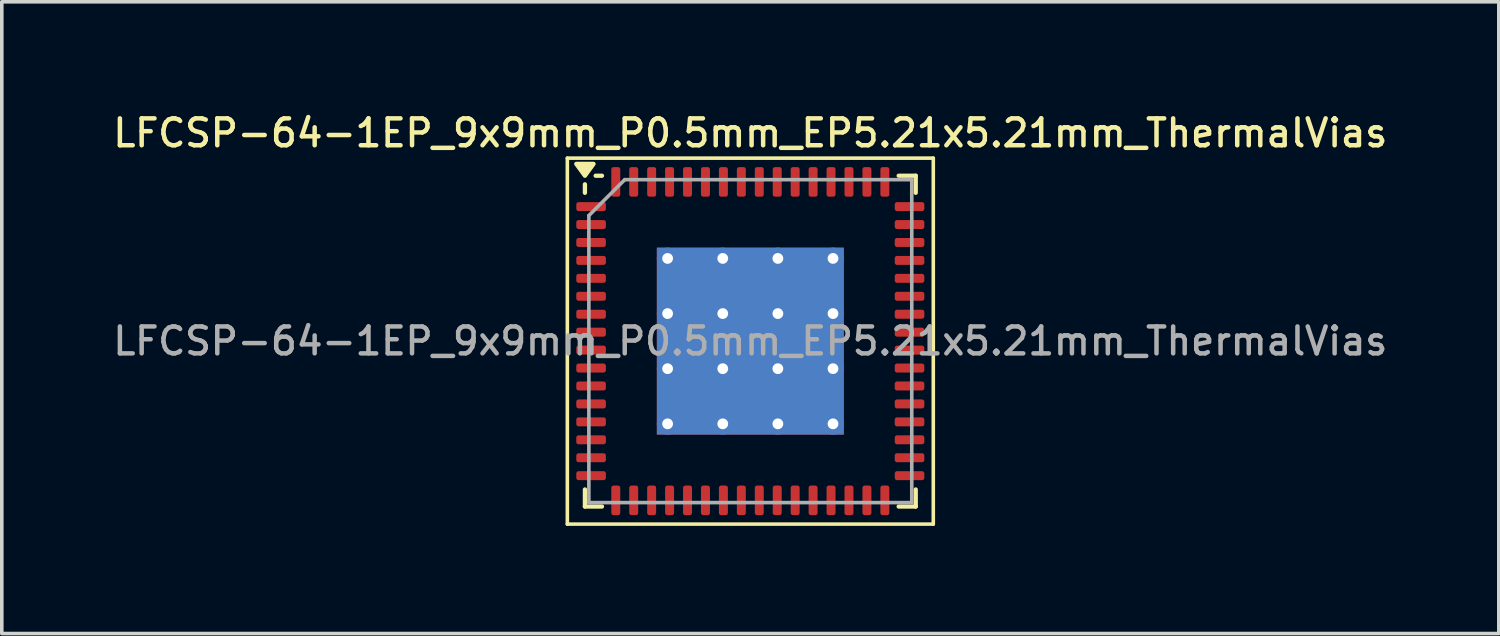
<source format=kicad_pcb>
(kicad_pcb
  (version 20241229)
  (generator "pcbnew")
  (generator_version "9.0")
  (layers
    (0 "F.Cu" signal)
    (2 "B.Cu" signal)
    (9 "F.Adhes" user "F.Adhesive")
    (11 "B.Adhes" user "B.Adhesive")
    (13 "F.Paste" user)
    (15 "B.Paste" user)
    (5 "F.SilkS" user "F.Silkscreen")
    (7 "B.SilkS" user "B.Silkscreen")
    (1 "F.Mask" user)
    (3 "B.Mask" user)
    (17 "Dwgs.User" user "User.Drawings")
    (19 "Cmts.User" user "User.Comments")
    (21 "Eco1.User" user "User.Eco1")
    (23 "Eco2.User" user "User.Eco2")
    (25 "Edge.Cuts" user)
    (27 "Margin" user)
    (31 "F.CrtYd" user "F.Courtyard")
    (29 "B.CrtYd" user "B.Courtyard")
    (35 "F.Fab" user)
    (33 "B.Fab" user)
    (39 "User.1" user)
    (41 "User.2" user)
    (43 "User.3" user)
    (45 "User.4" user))
  (footprint "LFCSP-64-1EP_9x9mm_P0.5mm_EP5.21x5.21mm_ThermalVias"
    (layer "F.Cu")
    (at 17.863 6.458)
    (property "Reference" "LFCSP-64-1EP_9x9mm_P0.5mm_EP5.21x5.21mm_ThermalVias" (at 0 -5.8 0) (layer "F.SilkS") (effects (font (size 0.75 0.75) (thickness 0.125))))
    (attr smd)
    (fp_line (start -5.1 -5.1) (end -5.1 5.1) (stroke (width 0.1) (type solid)) (layer "F.SilkS"))
    (fp_line (start -5.1 5.1) (end 5.1 5.1) (stroke (width 0.1) (type solid)) (layer "F.SilkS"))
    (fp_line (start -4.61 -4.135) (end -4.61 -4.37) (stroke (width 0.12) (type solid)) (layer "F.SilkS"))
    (fp_line (start -4.61 4.61) (end -4.61 4.135) (stroke (width 0.12) (type solid)) (layer "F.SilkS"))
    (fp_line (start -4.135 -4.61) (end -4.31 -4.61) (stroke (width 0.12) (type solid)) (layer "F.SilkS"))
    (fp_line (start -4.135 4.61) (end -4.61 4.61) (stroke (width 0.12) (type solid)) (layer "F.SilkS"))
    (fp_line (start 4.135 -4.61) (end 4.61 -4.61) (stroke (width 0.12) (type solid)) (layer "F.SilkS"))
    (fp_line (start 4.135 4.61) (end 4.61 4.61) (stroke (width 0.12) (type solid)) (layer "F.SilkS"))
    (fp_line (start 4.61 -4.61) (end 4.61 -4.135) (stroke (width 0.12) (type solid)) (layer "F.SilkS"))
    (fp_line (start 4.61 4.61) (end 4.61 4.135) (stroke (width 0.12) (type solid)) (layer "F.SilkS"))
    (fp_line (start 5.1 -5.1) (end -5.1 -5.1) (stroke (width 0.1) (type solid)) (layer "F.SilkS"))
    (fp_line (start 5.1 5.1) (end 5.1 -5.1) (stroke (width 0.1) (type solid)) (layer "F.SilkS"))
    (fp_poly (pts (xy -4.61 -4.61) (xy -4.85 -4.94) (xy -4.37 -4.94) (xy -4.61 -4.61)) (stroke (width 0.12) (type solid)) (fill yes) (layer "F.SilkS"))
    (fp_line (start -4.5 -3.5) (end -3.5 -4.5) (stroke (width 0.1) (type solid)) (layer "F.Fab"))
    (fp_line (start -4.5 4.5) (end -4.5 -3.5) (stroke (width 0.1) (type solid)) (layer "F.Fab"))
    (fp_line (start -3.5 -4.5) (end 4.5 -4.5) (stroke (width 0.1) (type solid)) (layer "F.Fab"))
    (fp_line (start 4.5 -4.5) (end 4.5 4.5) (stroke (width 0.1) (type solid)) (layer "F.Fab"))
    (fp_line (start 4.5 4.5) (end -4.5 4.5) (stroke (width 0.1) (type solid)) (layer "F.Fab"))
    (fp_text user "${REFERENCE}" (at 0 0 0) (layer "F.Fab") (effects (font (size 0.75 0.75) (thickness 0.125))))
    (pad "" smd roundrect (at -1.3 -1.3) (size 2.26 2.26) (layers "F.Paste") (roundrect_rratio 0.111))
    (pad "" smd roundrect (at -1.3 1.3) (size 2.26 2.26) (layers "F.Paste") (roundrect_rratio 0.111))
    (pad "" smd roundrect (at 1.3 -1.3) (size 2.26 2.26) (layers "F.Paste") (roundrect_rratio 0.111))
    (pad "" smd roundrect (at 1.3 1.3) (size 2.26 2.26) (layers "F.Paste") (roundrect_rratio 0.111))
    (pad "1" smd roundrect (at -4.438 -3.75) (size 0.825 0.25) (layers "F.Cu" "F.Mask" "F.Paste") (roundrect_rratio 0.25))
    (pad "2" smd roundrect (at -4.438 -3.25) (size 0.825 0.25) (layers "F.Cu" "F.Mask" "F.Paste") (roundrect_rratio 0.25))
    (pad "3" smd roundrect (at -4.438 -2.75) (size 0.825 0.25) (layers "F.Cu" "F.Mask" "F.Paste") (roundrect_rratio 0.25))
    (pad "4" smd roundrect (at -4.438 -2.25) (size 0.825 0.25) (layers "F.Cu" "F.Mask" "F.Paste") (roundrect_rratio 0.25))
    (pad "5" smd roundrect (at -4.438 -1.75) (size 0.825 0.25) (layers "F.Cu" "F.Mask" "F.Paste") (roundrect_rratio 0.25))
    (pad "6" smd roundrect (at -4.438 -1.25) (size 0.825 0.25) (layers "F.Cu" "F.Mask" "F.Paste") (roundrect_rratio 0.25))
    (pad "7" smd roundrect (at -4.438 -0.75) (size 0.825 0.25) (layers "F.Cu" "F.Mask" "F.Paste") (roundrect_rratio 0.25))
    (pad "8" smd roundrect (at -4.438 -0.25) (size 0.825 0.25) (layers "F.Cu" "F.Mask" "F.Paste") (roundrect_rratio 0.25))
    (pad "9" smd roundrect (at -4.438 0.25) (size 0.825 0.25) (layers "F.Cu" "F.Mask" "F.Paste") (roundrect_rratio 0.25))
    (pad "10" smd roundrect (at -4.438 0.75) (size 0.825 0.25) (layers "F.Cu" "F.Mask" "F.Paste") (roundrect_rratio 0.25))
    (pad "11" smd roundrect (at -4.438 1.25) (size 0.825 0.25) (layers "F.Cu" "F.Mask" "F.Paste") (roundrect_rratio 0.25))
    (pad "12" smd roundrect (at -4.438 1.75) (size 0.825 0.25) (layers "F.Cu" "F.Mask" "F.Paste") (roundrect_rratio 0.25))
    (pad "13" smd roundrect (at -4.438 2.25) (size 0.825 0.25) (layers "F.Cu" "F.Mask" "F.Paste") (roundrect_rratio 0.25))
    (pad "14" smd roundrect (at -4.438 2.75) (size 0.825 0.25) (layers "F.Cu" "F.Mask" "F.Paste") (roundrect_rratio 0.25))
    (pad "15" smd roundrect (at -4.438 3.25) (size 0.825 0.25) (layers "F.Cu" "F.Mask" "F.Paste") (roundrect_rratio 0.25))
    (pad "16" smd roundrect (at -4.438 3.75) (size 0.825 0.25) (layers "F.Cu" "F.Mask" "F.Paste") (roundrect_rratio 0.25))
    (pad "17" smd roundrect (at -3.75 4.438) (size 0.25 0.825) (layers "F.Cu" "F.Mask" "F.Paste") (roundrect_rratio 0.25))
    (pad "18" smd roundrect (at -3.25 4.438) (size 0.25 0.825) (layers "F.Cu" "F.Mask" "F.Paste") (roundrect_rratio 0.25))
    (pad "19" smd roundrect (at -2.75 4.438) (size 0.25 0.825) (layers "F.Cu" "F.Mask" "F.Paste") (roundrect_rratio 0.25))
    (pad "20" smd roundrect (at -2.25 4.438) (size 0.25 0.825) (layers "F.Cu" "F.Mask" "F.Paste") (roundrect_rratio 0.25))
    (pad "21" smd roundrect (at -1.75 4.438) (size 0.25 0.825) (layers "F.Cu" "F.Mask" "F.Paste") (roundrect_rratio 0.25))
    (pad "22" smd roundrect (at -1.25 4.438) (size 0.25 0.825) (layers "F.Cu" "F.Mask" "F.Paste") (roundrect_rratio 0.25))
    (pad "23" smd roundrect (at -0.75 4.438) (size 0.25 0.825) (layers "F.Cu" "F.Mask" "F.Paste") (roundrect_rratio 0.25))
    (pad "24" smd roundrect (at -0.25 4.438) (size 0.25 0.825) (layers "F.Cu" "F.Mask" "F.Paste") (roundrect_rratio 0.25))
    (pad "25" smd roundrect (at 0.25 4.438) (size 0.25 0.825) (layers "F.Cu" "F.Mask" "F.Paste") (roundrect_rratio 0.25))
    (pad "26" smd roundrect (at 0.75 4.438) (size 0.25 0.825) (layers "F.Cu" "F.Mask" "F.Paste") (roundrect_rratio 0.25))
    (pad "27" smd roundrect (at 1.25 4.438) (size 0.25 0.825) (layers "F.Cu" "F.Mask" "F.Paste") (roundrect_rratio 0.25))
    (pad "28" smd roundrect (at 1.75 4.438) (size 0.25 0.825) (layers "F.Cu" "F.Mask" "F.Paste") (roundrect_rratio 0.25))
    (pad "29" smd roundrect (at 2.25 4.438) (size 0.25 0.825) (layers "F.Cu" "F.Mask" "F.Paste") (roundrect_rratio 0.25))
    (pad "30" smd roundrect (at 2.75 4.438) (size 0.25 0.825) (layers "F.Cu" "F.Mask" "F.Paste") (roundrect_rratio 0.25))
    (pad "31" smd roundrect (at 3.25 4.438) (size 0.25 0.825) (layers "F.Cu" "F.Mask" "F.Paste") (roundrect_rratio 0.25))
    (pad "32" smd roundrect (at 3.75 4.438) (size 0.25 0.825) (layers "F.Cu" "F.Mask" "F.Paste") (roundrect_rratio 0.25))
    (pad "33" smd roundrect (at 4.438 3.75) (size 0.825 0.25) (layers "F.Cu" "F.Mask" "F.Paste") (roundrect_rratio 0.25))
    (pad "34" smd roundrect (at 4.438 3.25) (size 0.825 0.25) (layers "F.Cu" "F.Mask" "F.Paste") (roundrect_rratio 0.25))
    (pad "35" smd roundrect (at 4.438 2.75) (size 0.825 0.25) (layers "F.Cu" "F.Mask" "F.Paste") (roundrect_rratio 0.25))
    (pad "36" smd roundrect (at 4.438 2.25) (size 0.825 0.25) (layers "F.Cu" "F.Mask" "F.Paste") (roundrect_rratio 0.25))
    (pad "37" smd roundrect (at 4.438 1.75) (size 0.825 0.25) (layers "F.Cu" "F.Mask" "F.Paste") (roundrect_rratio 0.25))
    (pad "38" smd roundrect (at 4.438 1.25) (size 0.825 0.25) (layers "F.Cu" "F.Mask" "F.Paste") (roundrect_rratio 0.25))
    (pad "39" smd roundrect (at 4.438 0.75) (size 0.825 0.25) (layers "F.Cu" "F.Mask" "F.Paste") (roundrect_rratio 0.25))
    (pad "40" smd roundrect (at 4.438 0.25) (size 0.825 0.25) (layers "F.Cu" "F.Mask" "F.Paste") (roundrect_rratio 0.25))
    (pad "41" smd roundrect (at 4.438 -0.25) (size 0.825 0.25) (layers "F.Cu" "F.Mask" "F.Paste") (roundrect_rratio 0.25))
    (pad "42" smd roundrect (at 4.438 -0.75) (size 0.825 0.25) (layers "F.Cu" "F.Mask" "F.Paste") (roundrect_rratio 0.25))
    (pad "43" smd roundrect (at 4.438 -1.25) (size 0.825 0.25) (layers "F.Cu" "F.Mask" "F.Paste") (roundrect_rratio 0.25))
    (pad "44" smd roundrect (at 4.438 -1.75) (size 0.825 0.25) (layers "F.Cu" "F.Mask" "F.Paste") (roundrect_rratio 0.25))
    (pad "45" smd roundrect (at 4.438 -2.25) (size 0.825 0.25) (layers "F.Cu" "F.Mask" "F.Paste") (roundrect_rratio 0.25))
    (pad "46" smd roundrect (at 4.438 -2.75) (size 0.825 0.25) (layers "F.Cu" "F.Mask" "F.Paste") (roundrect_rratio 0.25))
    (pad "47" smd roundrect (at 4.438 -3.25) (size 0.825 0.25) (layers "F.Cu" "F.Mask" "F.Paste") (roundrect_rratio 0.25))
    (pad "48" smd roundrect (at 4.438 -3.75) (size 0.825 0.25) (layers "F.Cu" "F.Mask" "F.Paste") (roundrect_rratio 0.25))
    (pad "49" smd roundrect (at 3.75 -4.438) (size 0.25 0.825) (layers "F.Cu" "F.Mask" "F.Paste") (roundrect_rratio 0.25))
    (pad "50" smd roundrect (at 3.25 -4.438) (size 0.25 0.825) (layers "F.Cu" "F.Mask" "F.Paste") (roundrect_rratio 0.25))
    (pad "51" smd roundrect (at 2.75 -4.438) (size 0.25 0.825) (layers "F.Cu" "F.Mask" "F.Paste") (roundrect_rratio 0.25))
    (pad "52" smd roundrect (at 2.25 -4.438) (size 0.25 0.825) (layers "F.Cu" "F.Mask" "F.Paste") (roundrect_rratio 0.25))
    (pad "53" smd roundrect (at 1.75 -4.438) (size 0.25 0.825) (layers "F.Cu" "F.Mask" "F.Paste") (roundrect_rratio 0.25))
    (pad "54" smd roundrect (at 1.25 -4.438) (size 0.25 0.825) (layers "F.Cu" "F.Mask" "F.Paste") (roundrect_rratio 0.25))
    (pad "55" smd roundrect (at 0.75 -4.438) (size 0.25 0.825) (layers "F.Cu" "F.Mask" "F.Paste") (roundrect_rratio 0.25))
    (pad "56" smd roundrect (at 0.25 -4.438) (size 0.25 0.825) (layers "F.Cu" "F.Mask" "F.Paste") (roundrect_rratio 0.25))
    (pad "57" smd roundrect (at -0.25 -4.438) (size 0.25 0.825) (layers "F.Cu" "F.Mask" "F.Paste") (roundrect_rratio 0.25))
    (pad "58" smd roundrect (at -0.75 -4.438) (size 0.25 0.825) (layers "F.Cu" "F.Mask" "F.Paste") (roundrect_rratio 0.25))
    (pad "59" smd roundrect (at -1.25 -4.438) (size 0.25 0.825) (layers "F.Cu" "F.Mask" "F.Paste") (roundrect_rratio 0.25))
    (pad "60" smd roundrect (at -1.75 -4.438) (size 0.25 0.825) (layers "F.Cu" "F.Mask" "F.Paste") (roundrect_rratio 0.25))
    (pad "61" smd roundrect (at -2.25 -4.438) (size 0.25 0.825) (layers "F.Cu" "F.Mask" "F.Paste") (roundrect_rratio 0.25))
    (pad "62" smd roundrect (at -2.75 -4.438) (size 0.25 0.825) (layers "F.Cu" "F.Mask" "F.Paste") (roundrect_rratio 0.25))
    (pad "63" smd roundrect (at -3.25 -4.438) (size 0.25 0.825) (layers "F.Cu" "F.Mask" "F.Paste") (roundrect_rratio 0.25))
    (pad "64" smd roundrect (at -3.75 -4.438) (size 0.25 0.825) (layers "F.Cu" "F.Mask" "F.Paste") (roundrect_rratio 0.25))
    (pad "65" thru_hole circle (at -2.305 -2.305) (size 0.6 0.6) (drill 0.3) (property pad_prop_heatsink) (layers "*.Cu"))
    (pad "65" thru_hole circle (at -2.305 -0.768) (size 0.6 0.6) (drill 0.3) (property pad_prop_heatsink) (layers "*.Cu"))
    (pad "65" thru_hole circle (at -2.305 0.768) (size 0.6 0.6) (drill 0.3) (property pad_prop_heatsink) (layers "*.Cu"))
    (pad "65" thru_hole circle (at -2.305 2.305) (size 0.6 0.6) (drill 0.3) (property pad_prop_heatsink) (layers "*.Cu"))
    (pad "65" thru_hole circle (at -0.768 -2.305) (size 0.6 0.6) (drill 0.3) (property pad_prop_heatsink) (layers "*.Cu"))
    (pad "65" thru_hole circle (at -0.768 -0.768) (size 0.6 0.6) (drill 0.3) (property pad_prop_heatsink) (layers "*.Cu"))
    (pad "65" thru_hole circle (at -0.768 0.768) (size 0.6 0.6) (drill 0.3) (property pad_prop_heatsink) (layers "*.Cu"))
    (pad "65" thru_hole circle (at -0.768 2.305) (size 0.6 0.6) (drill 0.3) (property pad_prop_heatsink) (layers "*.Cu"))
    (pad "65" smd rect (at 0 0) (size 5.21 5.21) (property pad_prop_heatsink) (layers "F.Cu" "F.Mask"))
    (pad "65" smd rect (at 0 0) (size 5.21 5.21) (property pad_prop_heatsink) (layers "B.Cu"))
    (pad "65" thru_hole circle (at 0.768 -2.305) (size 0.6 0.6) (drill 0.3) (property pad_prop_heatsink) (layers "*.Cu"))
    (pad "65" thru_hole circle (at 0.768 -0.768) (size 0.6 0.6) (drill 0.3) (property pad_prop_heatsink) (layers "*.Cu"))
    (pad "65" thru_hole circle (at 0.768 0.768) (size 0.6 0.6) (drill 0.3) (property pad_prop_heatsink) (layers "*.Cu"))
    (pad "65" thru_hole circle (at 0.768 2.305) (size 0.6 0.6) (drill 0.3) (property pad_prop_heatsink) (layers "*.Cu"))
    (pad "65" thru_hole circle (at 2.305 -2.305) (size 0.6 0.6) (drill 0.3) (property pad_prop_heatsink) (layers "*.Cu"))
    (pad "65" thru_hole circle (at 2.305 -0.768) (size 0.6 0.6) (drill 0.3) (property pad_prop_heatsink) (layers "*.Cu"))
    (pad "65" thru_hole circle (at 2.305 0.768) (size 0.6 0.6) (drill 0.3) (property pad_prop_heatsink) (layers "*.Cu"))
    (pad "65" thru_hole circle (at 2.305 2.305) (size 0.6 0.6) (drill 0.3) (property pad_prop_heatsink) (layers "*.Cu")))
  (gr_rect
    (start -3 -3)
    (end 38.725 14.608)
    (stroke (width 0.1) (type default))
    (fill no)
    (layer "Edge.Cuts")))
</source>
